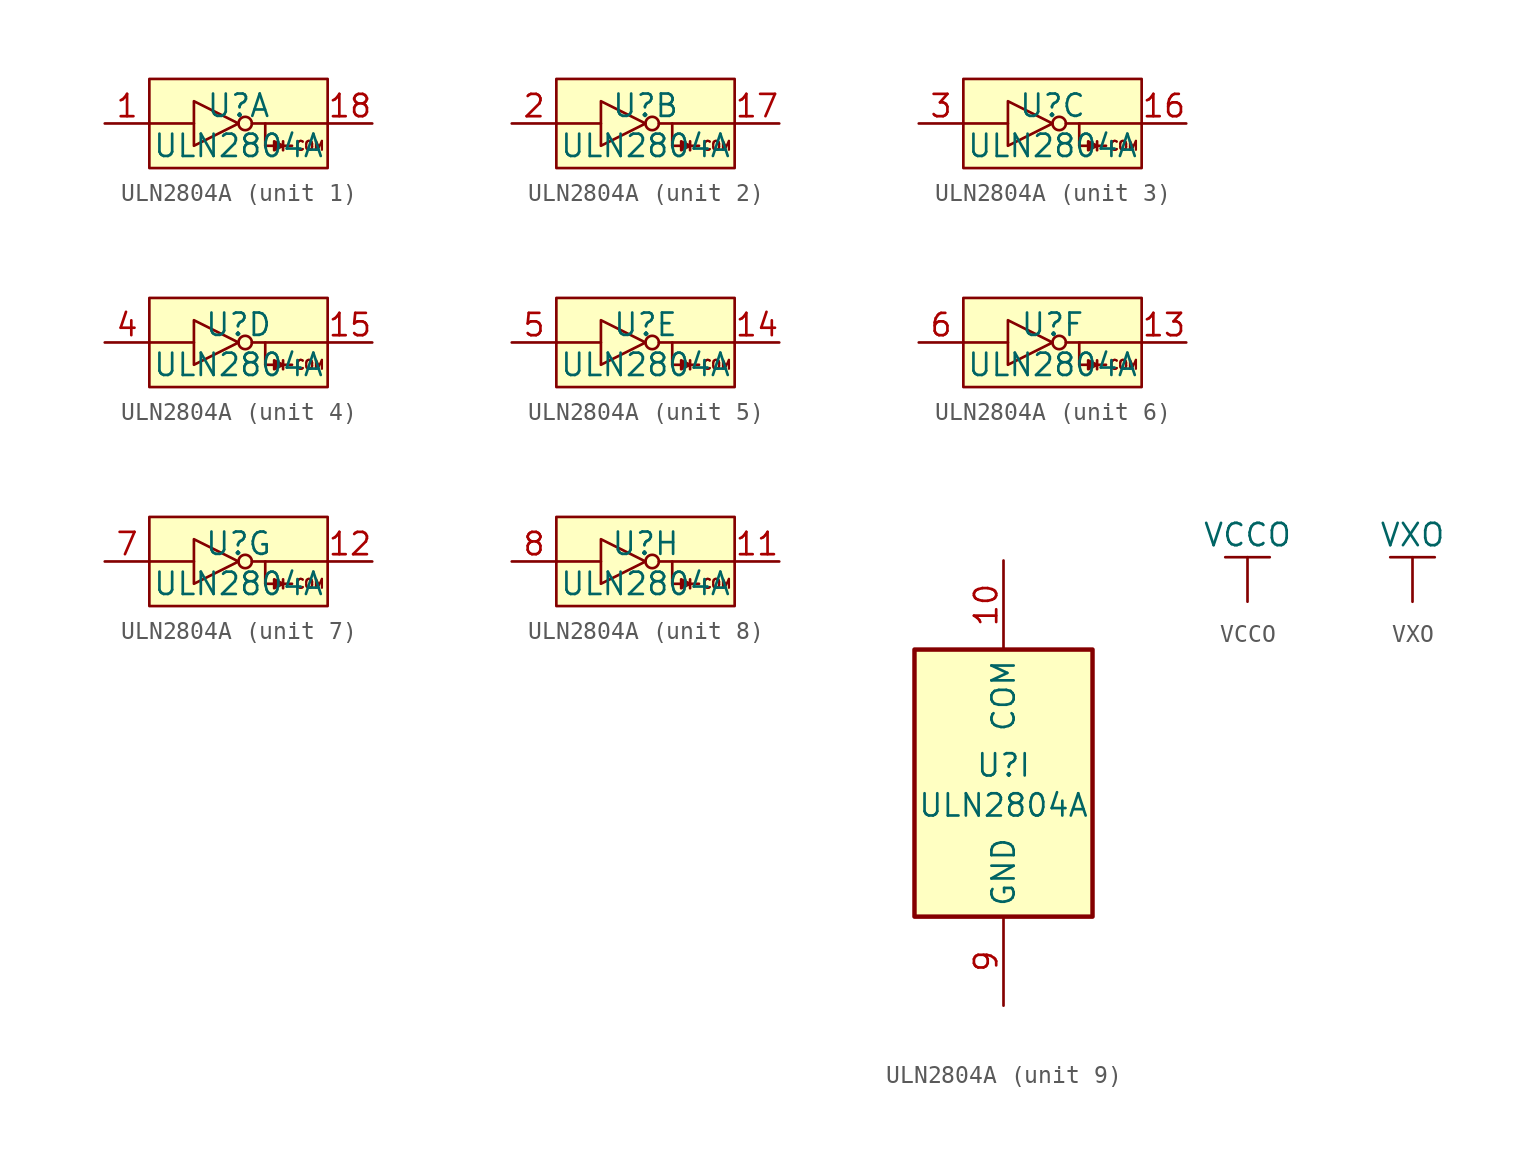
<source format=kicad_sym>
(kicad_symbol_lib
  (version 20231120)
  (generator "kicad_symbol_editor")
  (generator_version "8.0")
  (symbol "ULN2804A"
    (property "Reference" "U"
      (at 0 1.016 0)
      (effects (font (size 1.27 1.27))))
    (property "Value" "ULN2804A"
      (at 0 -1.27 0)
      (effects (font (size 1.27 1.27))))
    (property "ki_locked" ""
      (at 0 0 0)
      (effects (font (size 1.27 1.27))))
    (symbol "ULN2804A_1_1"
      (rectangle (start -5.08 2.54) (end 5.08 -2.54) (stroke (width 0) (type default)) (fill (type background)))
      (polyline (pts (xy -5.08 0) (xy -2.54 0)) (stroke (width 0) (type default)) (fill (type none)))
      (polyline (pts (xy 0.762 0) (xy 5.08 0)) (stroke (width 0) (type default)) (fill (type none)))
      (polyline (pts (xy 1.524 -1.27) (xy 1.524 0)) (stroke (width 0) (type default)) (fill (type none)))
      (polyline (pts (xy 1.524 -1.27) (xy 2.032 -1.27)) (stroke (width 0) (type default)) (fill (type none)))
      (polyline (pts (xy 2.54 -1.27) (xy 3.048 -1.27)) (stroke (width 0) (type default)) (fill (type none)))
      (polyline (pts (xy 2.54 -1.016) (xy 2.54 -1.524)) (stroke (width 0) (type default)) (fill (type none)))
      (polyline (pts (xy -2.54 1.27) (xy -2.54 -1.27) (xy 0 0) (xy -2.54 1.27)) (stroke (width 0) (type default)) (fill (type none)))
      (polyline (pts (xy 2.032 -1.016) (xy 2.54 -1.27) (xy 2.032 -1.524) (xy 2.032 -1.016)) (stroke (width 0) (type default)) (fill (type outline)))
      (circle (center 0.381 0) (radius 0.381) (stroke (width 0) (type default)) (fill (type none)))
      (text "COM" (at 4.064 -1.27 0) (effects (font (size 0.508 0.508))))
      (pin input line (at -7.62 0 0) (length 2.54) (name "" (effects (font (size 1.27 1.27)))) (number "1" (effects (font (size 1.27 1.27)))))
      (pin open_collector line (at 7.62 0 180) (length 2.54) (name "" (effects (font (size 1.27 1.27)))) (number "18" (effects (font (size 1.27 1.27))))))
    (symbol "ULN2804A_2_1"
      (rectangle (start -5.08 2.54) (end 5.08 -2.54) (stroke (width 0) (type default)) (fill (type background)))
      (polyline (pts (xy -5.08 0) (xy -2.54 0)) (stroke (width 0) (type default)) (fill (type none)))
      (polyline (pts (xy 0.762 0) (xy 5.08 0)) (stroke (width 0) (type default)) (fill (type none)))
      (polyline (pts (xy 1.524 -1.27) (xy 1.524 0)) (stroke (width 0) (type default)) (fill (type none)))
      (polyline (pts (xy 1.524 -1.27) (xy 2.032 -1.27)) (stroke (width 0) (type default)) (fill (type none)))
      (polyline (pts (xy 2.54 -1.27) (xy 3.048 -1.27)) (stroke (width 0) (type default)) (fill (type none)))
      (polyline (pts (xy 2.54 -1.016) (xy 2.54 -1.524)) (stroke (width 0) (type default)) (fill (type none)))
      (polyline (pts (xy -2.54 1.27) (xy -2.54 -1.27) (xy 0 0) (xy -2.54 1.27)) (stroke (width 0) (type default)) (fill (type none)))
      (polyline (pts (xy 2.032 -1.016) (xy 2.54 -1.27) (xy 2.032 -1.524) (xy 2.032 -1.016)) (stroke (width 0) (type default)) (fill (type outline)))
      (circle (center 0.381 0) (radius 0.381) (stroke (width 0) (type default)) (fill (type none)))
      (text "COM" (at 4.064 -1.27 0) (effects (font (size 0.508 0.508))))
      (pin open_collector line (at 7.62 0 180) (length 2.54) (name "" (effects (font (size 1.27 1.27)))) (number "17" (effects (font (size 1.27 1.27)))))
      (pin input line (at -7.62 0 0) (length 2.54) (name "" (effects (font (size 1.27 1.27)))) (number "2" (effects (font (size 1.27 1.27))))))
    (symbol "ULN2804A_3_1"
      (rectangle (start -5.08 2.54) (end 5.08 -2.54) (stroke (width 0) (type default)) (fill (type background)))
      (polyline (pts (xy -5.08 0) (xy -2.54 0)) (stroke (width 0) (type default)) (fill (type none)))
      (polyline (pts (xy 0.762 0) (xy 5.08 0)) (stroke (width 0) (type default)) (fill (type none)))
      (polyline (pts (xy 1.524 -1.27) (xy 1.524 0)) (stroke (width 0) (type default)) (fill (type none)))
      (polyline (pts (xy 1.524 -1.27) (xy 2.032 -1.27)) (stroke (width 0) (type default)) (fill (type none)))
      (polyline (pts (xy 2.54 -1.27) (xy 3.048 -1.27)) (stroke (width 0) (type default)) (fill (type none)))
      (polyline (pts (xy 2.54 -1.016) (xy 2.54 -1.524)) (stroke (width 0) (type default)) (fill (type none)))
      (polyline (pts (xy -2.54 1.27) (xy -2.54 -1.27) (xy 0 0) (xy -2.54 1.27)) (stroke (width 0) (type default)) (fill (type none)))
      (polyline (pts (xy 2.032 -1.016) (xy 2.54 -1.27) (xy 2.032 -1.524) (xy 2.032 -1.016)) (stroke (width 0) (type default)) (fill (type outline)))
      (circle (center 0.381 0) (radius 0.381) (stroke (width 0) (type default)) (fill (type none)))
      (text "COM" (at 4.064 -1.27 0) (effects (font (size 0.508 0.508))))
      (pin open_collector line (at 7.62 0 180) (length 2.54) (name "" (effects (font (size 1.27 1.27)))) (number "16" (effects (font (size 1.27 1.27)))))
      (pin input line (at -7.62 0 0) (length 2.54) (name "" (effects (font (size 1.27 1.27)))) (number "3" (effects (font (size 1.27 1.27))))))
    (symbol "ULN2804A_4_1"
      (rectangle (start -5.08 2.54) (end 5.08 -2.54) (stroke (width 0) (type default)) (fill (type background)))
      (polyline (pts (xy -5.08 0) (xy -2.54 0)) (stroke (width 0) (type default)) (fill (type none)))
      (polyline (pts (xy 0.762 0) (xy 5.08 0)) (stroke (width 0) (type default)) (fill (type none)))
      (polyline (pts (xy 1.524 -1.27) (xy 1.524 0)) (stroke (width 0) (type default)) (fill (type none)))
      (polyline (pts (xy 1.524 -1.27) (xy 2.032 -1.27)) (stroke (width 0) (type default)) (fill (type none)))
      (polyline (pts (xy 2.54 -1.27) (xy 3.048 -1.27)) (stroke (width 0) (type default)) (fill (type none)))
      (polyline (pts (xy 2.54 -1.016) (xy 2.54 -1.524)) (stroke (width 0) (type default)) (fill (type none)))
      (polyline (pts (xy -2.54 1.27) (xy -2.54 -1.27) (xy 0 0) (xy -2.54 1.27)) (stroke (width 0) (type default)) (fill (type none)))
      (polyline (pts (xy 2.032 -1.016) (xy 2.54 -1.27) (xy 2.032 -1.524) (xy 2.032 -1.016)) (stroke (width 0) (type default)) (fill (type outline)))
      (circle (center 0.381 0) (radius 0.381) (stroke (width 0) (type default)) (fill (type none)))
      (text "COM" (at 4.064 -1.27 0) (effects (font (size 0.508 0.508))))
      (pin open_collector line (at 7.62 0 180) (length 2.54) (name "" (effects (font (size 1.27 1.27)))) (number "15" (effects (font (size 1.27 1.27)))))
      (pin input line (at -7.62 0 0) (length 2.54) (name "" (effects (font (size 1.27 1.27)))) (number "4" (effects (font (size 1.27 1.27))))))
    (symbol "ULN2804A_5_1"
      (rectangle (start -5.08 2.54) (end 5.08 -2.54) (stroke (width 0) (type default)) (fill (type background)))
      (polyline (pts (xy -5.08 0) (xy -2.54 0)) (stroke (width 0) (type default)) (fill (type none)))
      (polyline (pts (xy 0.762 0) (xy 5.08 0)) (stroke (width 0) (type default)) (fill (type none)))
      (polyline (pts (xy 1.524 -1.27) (xy 1.524 0)) (stroke (width 0) (type default)) (fill (type none)))
      (polyline (pts (xy 1.524 -1.27) (xy 2.032 -1.27)) (stroke (width 0) (type default)) (fill (type none)))
      (polyline (pts (xy 2.54 -1.27) (xy 3.048 -1.27)) (stroke (width 0) (type default)) (fill (type none)))
      (polyline (pts (xy 2.54 -1.016) (xy 2.54 -1.524)) (stroke (width 0) (type default)) (fill (type none)))
      (polyline (pts (xy -2.54 1.27) (xy -2.54 -1.27) (xy 0 0) (xy -2.54 1.27)) (stroke (width 0) (type default)) (fill (type none)))
      (polyline (pts (xy 2.032 -1.016) (xy 2.54 -1.27) (xy 2.032 -1.524) (xy 2.032 -1.016)) (stroke (width 0) (type default)) (fill (type outline)))
      (circle (center 0.381 0) (radius 0.381) (stroke (width 0) (type default)) (fill (type none)))
      (text "COM" (at 4.064 -1.27 0) (effects (font (size 0.508 0.508))))
      (pin open_collector line (at 7.62 0 180) (length 2.54) (name "" (effects (font (size 1.27 1.27)))) (number "14" (effects (font (size 1.27 1.27)))))
      (pin input line (at -7.62 0 0) (length 2.54) (name "" (effects (font (size 1.27 1.27)))) (number "5" (effects (font (size 1.27 1.27))))))
    (symbol "ULN2804A_6_1"
      (rectangle (start -5.08 2.54) (end 5.08 -2.54) (stroke (width 0) (type default)) (fill (type background)))
      (polyline (pts (xy -5.08 0) (xy -2.54 0)) (stroke (width 0) (type default)) (fill (type none)))
      (polyline (pts (xy 0.762 0) (xy 5.08 0)) (stroke (width 0) (type default)) (fill (type none)))
      (polyline (pts (xy 1.524 -1.27) (xy 1.524 0)) (stroke (width 0) (type default)) (fill (type none)))
      (polyline (pts (xy 1.524 -1.27) (xy 2.032 -1.27)) (stroke (width 0) (type default)) (fill (type none)))
      (polyline (pts (xy 2.54 -1.27) (xy 3.048 -1.27)) (stroke (width 0) (type default)) (fill (type none)))
      (polyline (pts (xy 2.54 -1.016) (xy 2.54 -1.524)) (stroke (width 0) (type default)) (fill (type none)))
      (polyline (pts (xy -2.54 1.27) (xy -2.54 -1.27) (xy 0 0) (xy -2.54 1.27)) (stroke (width 0) (type default)) (fill (type none)))
      (polyline (pts (xy 2.032 -1.016) (xy 2.54 -1.27) (xy 2.032 -1.524) (xy 2.032 -1.016)) (stroke (width 0) (type default)) (fill (type outline)))
      (circle (center 0.381 0) (radius 0.381) (stroke (width 0) (type default)) (fill (type none)))
      (text "COM" (at 4.064 -1.27 0) (effects (font (size 0.508 0.508))))
      (pin open_collector line (at 7.62 0 180) (length 2.54) (name "" (effects (font (size 1.27 1.27)))) (number "13" (effects (font (size 1.27 1.27)))))
      (pin input line (at -7.62 0 0) (length 2.54) (name "" (effects (font (size 1.27 1.27)))) (number "6" (effects (font (size 1.27 1.27))))))
    (symbol "ULN2804A_7_1"
      (rectangle (start -5.08 2.54) (end 5.08 -2.54) (stroke (width 0) (type default)) (fill (type background)))
      (polyline (pts (xy -5.08 0) (xy -2.54 0)) (stroke (width 0) (type default)) (fill (type none)))
      (polyline (pts (xy 0.762 0) (xy 5.08 0)) (stroke (width 0) (type default)) (fill (type none)))
      (polyline (pts (xy 1.524 -1.27) (xy 1.524 0)) (stroke (width 0) (type default)) (fill (type none)))
      (polyline (pts (xy 1.524 -1.27) (xy 2.032 -1.27)) (stroke (width 0) (type default)) (fill (type none)))
      (polyline (pts (xy 2.54 -1.27) (xy 3.048 -1.27)) (stroke (width 0) (type default)) (fill (type none)))
      (polyline (pts (xy 2.54 -1.016) (xy 2.54 -1.524)) (stroke (width 0) (type default)) (fill (type none)))
      (polyline (pts (xy -2.54 1.27) (xy -2.54 -1.27) (xy 0 0) (xy -2.54 1.27)) (stroke (width 0) (type default)) (fill (type none)))
      (polyline (pts (xy 2.032 -1.016) (xy 2.54 -1.27) (xy 2.032 -1.524) (xy 2.032 -1.016)) (stroke (width 0) (type default)) (fill (type outline)))
      (circle (center 0.381 0) (radius 0.381) (stroke (width 0) (type default)) (fill (type none)))
      (text "COM" (at 4.064 -1.27 0) (effects (font (size 0.508 0.508))))
      (pin open_collector line (at 7.62 0 180) (length 2.54) (name "" (effects (font (size 1.27 1.27)))) (number "12" (effects (font (size 1.27 1.27)))))
      (pin input line (at -7.62 0 0) (length 2.54) (name "" (effects (font (size 1.27 1.27)))) (number "7" (effects (font (size 1.27 1.27))))))
    (symbol "ULN2804A_8_1"
      (rectangle (start -5.08 2.54) (end 5.08 -2.54) (stroke (width 0) (type default)) (fill (type background)))
      (polyline (pts (xy -5.08 0) (xy -2.54 0)) (stroke (width 0) (type default)) (fill (type none)))
      (polyline (pts (xy 0.762 0) (xy 5.08 0)) (stroke (width 0) (type default)) (fill (type none)))
      (polyline (pts (xy 1.524 -1.27) (xy 1.524 0)) (stroke (width 0) (type default)) (fill (type none)))
      (polyline (pts (xy 1.524 -1.27) (xy 2.032 -1.27)) (stroke (width 0) (type default)) (fill (type none)))
      (polyline (pts (xy 2.54 -1.27) (xy 3.048 -1.27)) (stroke (width 0) (type default)) (fill (type none)))
      (polyline (pts (xy 2.54 -1.016) (xy 2.54 -1.524)) (stroke (width 0) (type default)) (fill (type none)))
      (polyline (pts (xy -2.54 1.27) (xy -2.54 -1.27) (xy 0 0) (xy -2.54 1.27)) (stroke (width 0) (type default)) (fill (type none)))
      (polyline (pts (xy 2.032 -1.016) (xy 2.54 -1.27) (xy 2.032 -1.524) (xy 2.032 -1.016)) (stroke (width 0) (type default)) (fill (type outline)))
      (circle (center 0.381 0) (radius 0.381) (stroke (width 0) (type default)) (fill (type none)))
      (text "COM" (at 4.064 -1.27 0) (effects (font (size 0.508 0.508))))
      (pin open_collector line (at 7.62 0 180) (length 2.54) (name "" (effects (font (size 1.27 1.27)))) (number "11" (effects (font (size 1.27 1.27)))))
      (pin input line (at -7.62 0 0) (length 2.54) (name "" (effects (font (size 1.27 1.27)))) (number "8" (effects (font (size 1.27 1.27))))))
    (symbol "ULN2804A_9_0"
      (pin power_in line (at 0 12.7 270) (length 5.08) (name "COM" (effects (font (size 1.27 1.27)))) (number "10" (effects (font (size 1.27 1.27)))))
      (pin power_in line (at 0 -12.7 90) (length 5.08) (name "GND" (effects (font (size 1.27 1.27)))) (number "9" (effects (font (size 1.27 1.27))))))
    (symbol "ULN2804A_9_1"
      (rectangle (start -5.08 7.62) (end 5.08 -7.62) (stroke (width 0.254) (type default)) (fill (type background)))))
  (symbol "VCCO"
    (power)
    (pin_names
      (offset 0))
    (property "Reference" "#PWR"
      (at 0 -3.81 0)
      (effects (font (size 1.27 1.27)) (hide yes)))
    (property "Value" "VCCO"
      (at 0 3.81 0)
      (effects (font (size 1.27 1.27))))
    (symbol "VCCO_0_1"
      (polyline (pts (xy -1.27 2.54) (xy 1.27 2.54)) (stroke (width 0) (type solid)) (fill (type none)))
      (polyline (pts (xy 0 0) (xy 0 2.54)) (stroke (width 0) (type solid)) (fill (type none))))
    (symbol "VCCO_1_1"
      (pin power_in line (at 0 0 90) (length 0) hide (name "VCCO" (effects (font (size 1.27 1.27)))) (number "1" (effects (font (size 1.27 1.27)))))))
  (symbol "VXO"
    (power)
    (pin_names
      (offset 0))
    (property "Reference" "#PWR"
      (at 0 -3.81 0)
      (effects (font (size 1.27 1.27)) (hide yes)))
    (property "Value" "VXO"
      (at 0 3.81 0)
      (effects (font (size 1.27 1.27))))
    (symbol "VXO_0_1"
      (polyline (pts (xy -1.27 2.54) (xy 1.27 2.54)) (stroke (width 0) (type solid)) (fill (type none)))
      (polyline (pts (xy 0 0) (xy 0 2.54)) (stroke (width 0) (type solid)) (fill (type none))))
    (symbol "VXO_1_1"
      (pin power_in line (at 0 0 90) (length 0) hide (name "VXO" (effects (font (size 1.27 1.27)))) (number "1" (effects (font (size 1.27 1.27))))))))
</source>
